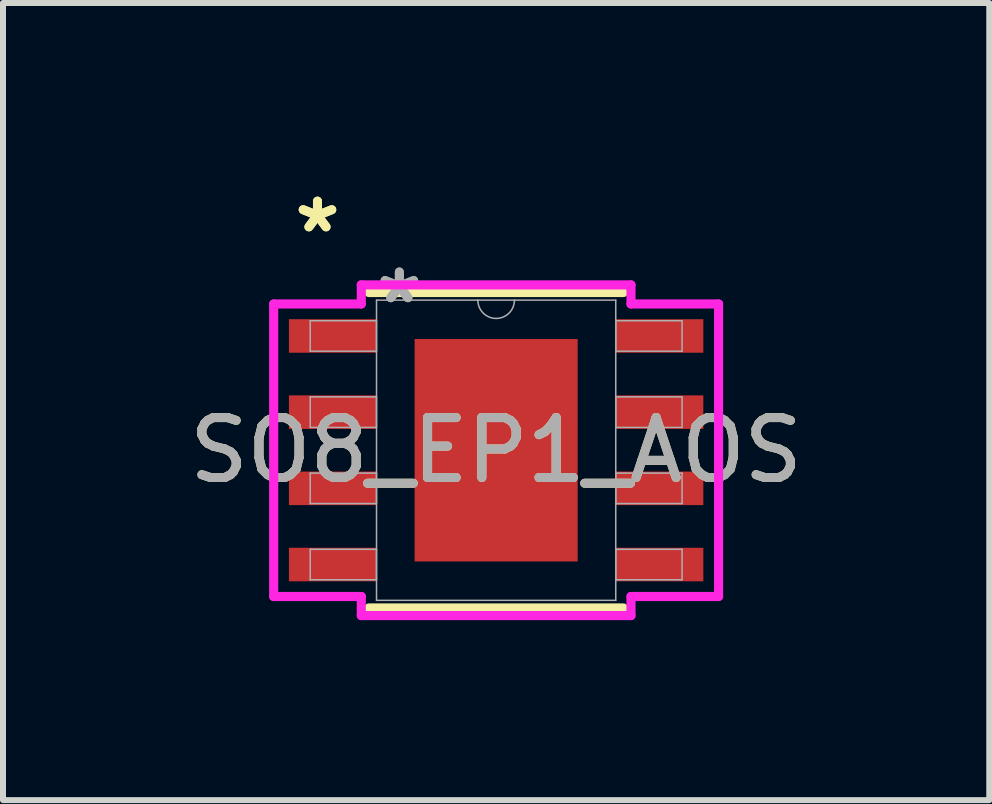
<source format=kicad_pcb>
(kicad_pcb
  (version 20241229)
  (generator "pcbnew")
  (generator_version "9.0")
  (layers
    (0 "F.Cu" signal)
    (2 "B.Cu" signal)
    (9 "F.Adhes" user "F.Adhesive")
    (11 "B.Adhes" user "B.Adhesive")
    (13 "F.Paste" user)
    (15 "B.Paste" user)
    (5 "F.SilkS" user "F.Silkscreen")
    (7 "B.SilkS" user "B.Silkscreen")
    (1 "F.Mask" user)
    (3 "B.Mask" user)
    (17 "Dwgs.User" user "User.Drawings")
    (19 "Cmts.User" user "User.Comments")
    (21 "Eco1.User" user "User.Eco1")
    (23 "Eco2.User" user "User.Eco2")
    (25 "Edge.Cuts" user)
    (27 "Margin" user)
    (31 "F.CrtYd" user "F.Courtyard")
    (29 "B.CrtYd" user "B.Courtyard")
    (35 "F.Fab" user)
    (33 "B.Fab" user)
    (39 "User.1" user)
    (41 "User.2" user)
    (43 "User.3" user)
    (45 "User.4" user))
  (footprint "SO8_EP1_AOS"
    (layer "F.Cu")
    (at 5.22 4.455)
    (property "Reference" "SO8_EP1_AOS" (at 0 0 0) (unlocked yes) (layer "F.SilkS") (effects (font (size 1 1) (thickness 0.15))))
    (attr smd)
    (fp_line (start -2.121 2.629) (end 2.121 2.629) (stroke (width 0.152) (type solid)) (layer "F.SilkS"))
    (fp_line (start 2.121 -2.629) (end -2.121 -2.629) (stroke (width 0.152) (type solid)) (layer "F.SilkS"))
    (fp_poly (pts (xy -1.259 -1.754) (xy -1.259 -0.1) (xy -0.1 -0.1) (xy -0.1 -1.754)) (stroke (width 0) (type solid)) (fill yes) (layer "F.Paste"))
    (fp_poly (pts (xy -1.259 0.1) (xy -1.259 1.754) (xy -0.1 1.754) (xy -0.1 0.1)) (stroke (width 0) (type solid)) (fill yes) (layer "F.Paste"))
    (fp_poly (pts (xy 0.1 -1.754) (xy 0.1 -0.1) (xy 1.259 -0.1) (xy 1.259 -1.754)) (stroke (width 0) (type solid)) (fill yes) (layer "F.Paste"))
    (fp_poly (pts (xy 0.1 0.1) (xy 0.1 1.754) (xy 1.259 1.754) (xy 1.259 0.1)) (stroke (width 0) (type solid)) (fill yes) (layer "F.Paste"))
    (fp_line (start -3.708 -2.438) (end -2.248 -2.438) (stroke (width 0.152) (type solid)) (layer "F.CrtYd"))
    (fp_line (start -3.708 2.438) (end -3.708 -2.438) (stroke (width 0.152) (type solid)) (layer "F.CrtYd"))
    (fp_line (start -3.708 2.438) (end -2.248 2.438) (stroke (width 0.152) (type solid)) (layer "F.CrtYd"))
    (fp_line (start -2.248 -2.756) (end 2.248 -2.756) (stroke (width 0.152) (type solid)) (layer "F.CrtYd"))
    (fp_line (start -2.248 -2.438) (end -2.248 -2.756) (stroke (width 0.152) (type solid)) (layer "F.CrtYd"))
    (fp_line (start -2.248 2.756) (end -2.248 2.438) (stroke (width 0.152) (type solid)) (layer "F.CrtYd"))
    (fp_line (start 2.248 -2.756) (end 2.248 -2.438) (stroke (width 0.152) (type solid)) (layer "F.CrtYd"))
    (fp_line (start 2.248 2.438) (end 2.248 2.756) (stroke (width 0.152) (type solid)) (layer "F.CrtYd"))
    (fp_line (start 2.248 2.756) (end -2.248 2.756) (stroke (width 0.152) (type solid)) (layer "F.CrtYd"))
    (fp_line (start 3.708 -2.438) (end 2.248 -2.438) (stroke (width 0.152) (type solid)) (layer "F.CrtYd"))
    (fp_line (start 3.708 -2.438) (end 3.708 2.438) (stroke (width 0.152) (type solid)) (layer "F.CrtYd"))
    (fp_line (start 3.708 2.438) (end 2.248 2.438) (stroke (width 0.152) (type solid)) (layer "F.CrtYd"))
    (fp_line (start -3.099 -2.159) (end -3.099 -1.651) (stroke (width 0.025) (type solid)) (layer "F.Fab"))
    (fp_line (start -3.099 -1.651) (end -1.994 -1.651) (stroke (width 0.025) (type solid)) (layer "F.Fab"))
    (fp_line (start -3.099 -0.889) (end -3.099 -0.381) (stroke (width 0.025) (type solid)) (layer "F.Fab"))
    (fp_line (start -3.099 -0.381) (end -1.994 -0.381) (stroke (width 0.025) (type solid)) (layer "F.Fab"))
    (fp_line (start -3.099 0.381) (end -3.099 0.889) (stroke (width 0.025) (type solid)) (layer "F.Fab"))
    (fp_line (start -3.099 0.889) (end -1.994 0.889) (stroke (width 0.025) (type solid)) (layer "F.Fab"))
    (fp_line (start -3.099 1.651) (end -3.099 2.159) (stroke (width 0.025) (type solid)) (layer "F.Fab"))
    (fp_line (start -3.099 2.159) (end -1.994 2.159) (stroke (width 0.025) (type solid)) (layer "F.Fab"))
    (fp_line (start -1.994 -2.502) (end -1.994 2.502) (stroke (width 0.025) (type solid)) (layer "F.Fab"))
    (fp_line (start -1.994 -2.159) (end -3.099 -2.159) (stroke (width 0.025) (type solid)) (layer "F.Fab"))
    (fp_line (start -1.994 -1.651) (end -1.994 -2.159) (stroke (width 0.025) (type solid)) (layer "F.Fab"))
    (fp_line (start -1.994 -0.889) (end -3.099 -0.889) (stroke (width 0.025) (type solid)) (layer "F.Fab"))
    (fp_line (start -1.994 -0.381) (end -1.994 -0.889) (stroke (width 0.025) (type solid)) (layer "F.Fab"))
    (fp_line (start -1.994 0.381) (end -3.099 0.381) (stroke (width 0.025) (type solid)) (layer "F.Fab"))
    (fp_line (start -1.994 0.889) (end -1.994 0.381) (stroke (width 0.025) (type solid)) (layer "F.Fab"))
    (fp_line (start -1.994 1.651) (end -3.099 1.651) (stroke (width 0.025) (type solid)) (layer "F.Fab"))
    (fp_line (start -1.994 2.159) (end -1.994 1.651) (stroke (width 0.025) (type solid)) (layer "F.Fab"))
    (fp_line (start -1.994 2.502) (end 1.994 2.502) (stroke (width 0.025) (type solid)) (layer "F.Fab"))
    (fp_line (start 1.994 -2.502) (end -1.994 -2.502) (stroke (width 0.025) (type solid)) (layer "F.Fab"))
    (fp_line (start 1.994 -2.159) (end 1.994 -1.651) (stroke (width 0.025) (type solid)) (layer "F.Fab"))
    (fp_line (start 1.994 -1.651) (end 3.099 -1.651) (stroke (width 0.025) (type solid)) (layer "F.Fab"))
    (fp_line (start 1.994 -0.889) (end 1.994 -0.381) (stroke (width 0.025) (type solid)) (layer "F.Fab"))
    (fp_line (start 1.994 -0.381) (end 3.099 -0.381) (stroke (width 0.025) (type solid)) (layer "F.Fab"))
    (fp_line (start 1.994 0.381) (end 1.994 0.889) (stroke (width 0.025) (type solid)) (layer "F.Fab"))
    (fp_line (start 1.994 0.889) (end 3.099 0.889) (stroke (width 0.025) (type solid)) (layer "F.Fab"))
    (fp_line (start 1.994 1.651) (end 1.994 2.159) (stroke (width 0.025) (type solid)) (layer "F.Fab"))
    (fp_line (start 1.994 2.159) (end 3.099 2.159) (stroke (width 0.025) (type solid)) (layer "F.Fab"))
    (fp_line (start 1.994 2.502) (end 1.994 -2.502) (stroke (width 0.025) (type solid)) (layer "F.Fab"))
    (fp_line (start 3.099 -2.159) (end 1.994 -2.159) (stroke (width 0.025) (type solid)) (layer "F.Fab"))
    (fp_line (start 3.099 -1.651) (end 3.099 -2.159) (stroke (width 0.025) (type solid)) (layer "F.Fab"))
    (fp_line (start 3.099 -0.889) (end 1.994 -0.889) (stroke (width 0.025) (type solid)) (layer "F.Fab"))
    (fp_line (start 3.099 -0.381) (end 3.099 -0.889) (stroke (width 0.025) (type solid)) (layer "F.Fab"))
    (fp_line (start 3.099 0.381) (end 1.994 0.381) (stroke (width 0.025) (type solid)) (layer "F.Fab"))
    (fp_line (start 3.099 0.889) (end 3.099 0.381) (stroke (width 0.025) (type solid)) (layer "F.Fab"))
    (fp_line (start 3.099 1.651) (end 1.994 1.651) (stroke (width 0.025) (type solid)) (layer "F.Fab"))
    (fp_line (start 3.099 2.159) (end 3.099 1.651) (stroke (width 0.025) (type solid)) (layer "F.Fab"))
    (fp_arc (start 0.3048 -2.5019) (mid 0 -2.1971) (end -0.3048 -2.5019) (stroke (width 0.0254) (type solid)) (layer "F.Fab"))
    (fp_text user "*" (at -2.978 -3.607 0) (unlocked yes) (layer "F.SilkS") (effects (font (size 1 1) (thickness 0.15))))
    (fp_text user "*" (at -2.978 -3.607 0) (layer "F.SilkS") (effects (font (size 1 1) (thickness 0.15))))
    (fp_text user "*" (at -1.613 -2.426 0) (unlocked yes) (layer "F.Fab") (effects (font (size 1 1) (thickness 0.15))))
    (fp_text user "*" (at -1.613 -2.426 0) (layer "F.Fab") (effects (font (size 1 1) (thickness 0.15))))
    (fp_text user "${REFERENCE}" (at 0 0 0) (unlocked yes) (layer "F.Fab") (effects (font (size 1 1) (thickness 0.15))))
    (pad "1" smd rect (at -2.724 -1.905) (size 1.46 0.559) (layers "F.Cu" "F.Mask" "F.Paste"))
    (pad "2" smd rect (at -2.724 -0.635) (size 1.46 0.559) (layers "F.Cu" "F.Mask" "F.Paste"))
    (pad "3" smd rect (at -2.724 0.635) (size 1.46 0.559) (layers "F.Cu" "F.Mask" "F.Paste"))
    (pad "4" smd rect (at -2.724 1.905) (size 1.46 0.559) (layers "F.Cu" "F.Mask" "F.Paste"))
    (pad "5" smd rect (at 2.724 1.905) (size 1.46 0.559) (layers "F.Cu" "F.Mask" "F.Paste"))
    (pad "6" smd rect (at 2.724 0.635) (size 1.46 0.559) (layers "F.Cu" "F.Mask" "F.Paste"))
    (pad "7" smd rect (at 2.724 -0.635) (size 1.46 0.559) (layers "F.Cu" "F.Mask" "F.Paste"))
    (pad "8" smd rect (at 2.724 -1.905) (size 1.46 0.559) (layers "F.Cu" "F.Mask" "F.Paste"))
    (pad "EPAD" smd rect (at 0 0) (size 2.718 3.708) (layers "F.Cu" "F.Mask")))
  (gr_rect
    (start -3 -3)
    (end 13.44 10.287)
    (stroke (width 0.1) (type default))
    (fill no)
    (layer "Edge.Cuts")))
</source>
